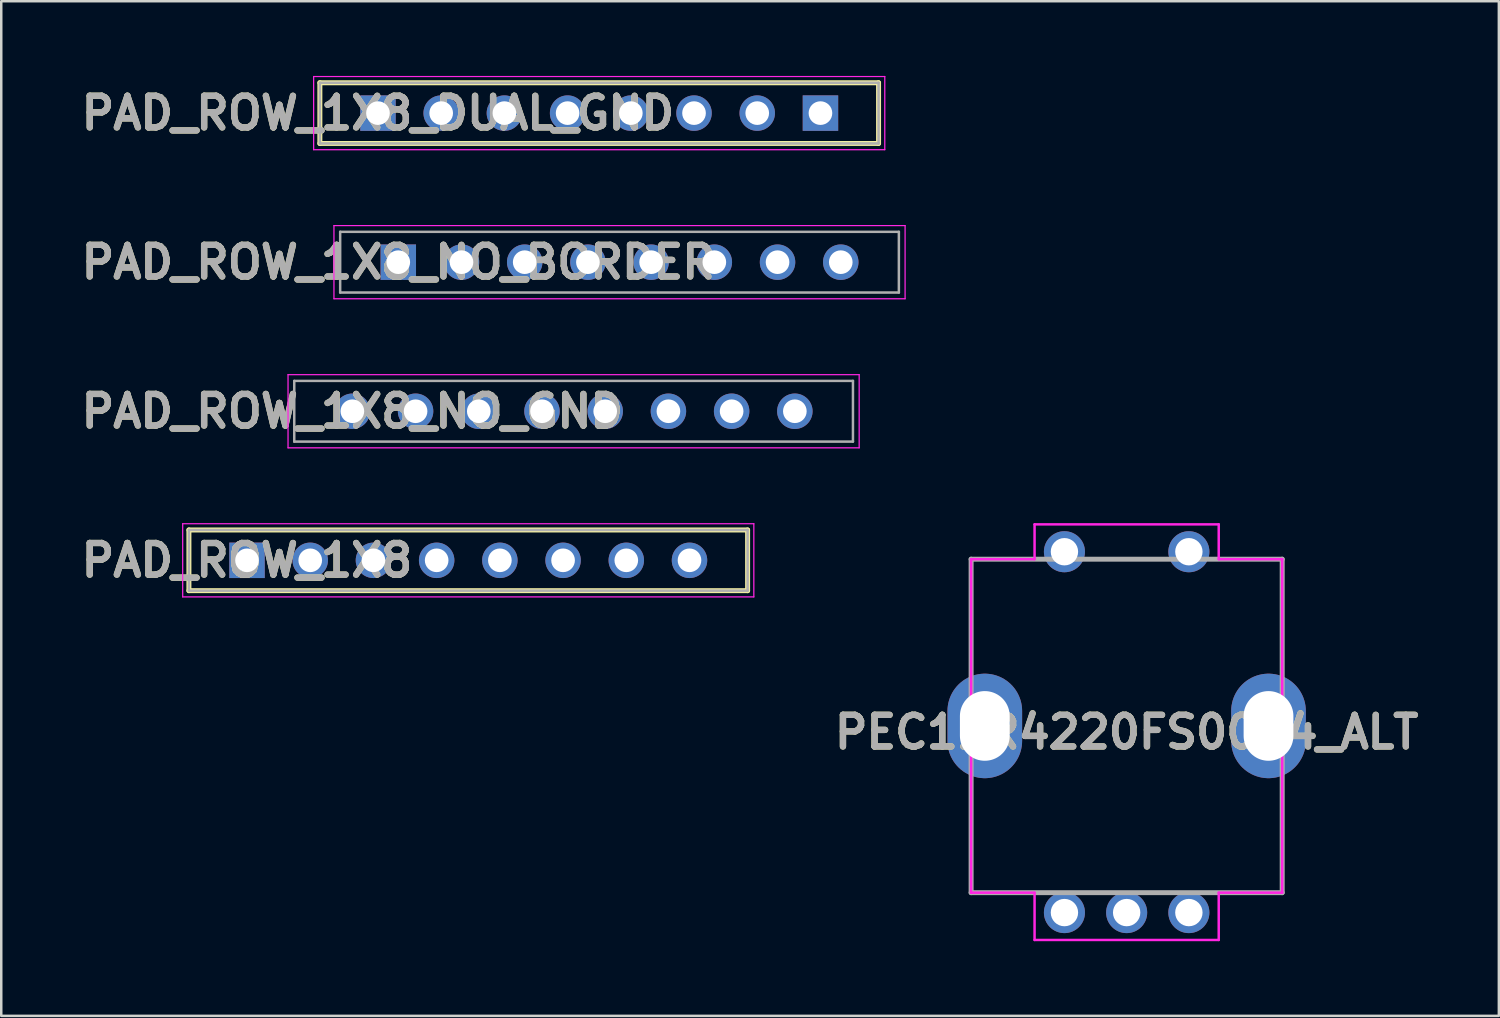
<source format=kicad_pcb>
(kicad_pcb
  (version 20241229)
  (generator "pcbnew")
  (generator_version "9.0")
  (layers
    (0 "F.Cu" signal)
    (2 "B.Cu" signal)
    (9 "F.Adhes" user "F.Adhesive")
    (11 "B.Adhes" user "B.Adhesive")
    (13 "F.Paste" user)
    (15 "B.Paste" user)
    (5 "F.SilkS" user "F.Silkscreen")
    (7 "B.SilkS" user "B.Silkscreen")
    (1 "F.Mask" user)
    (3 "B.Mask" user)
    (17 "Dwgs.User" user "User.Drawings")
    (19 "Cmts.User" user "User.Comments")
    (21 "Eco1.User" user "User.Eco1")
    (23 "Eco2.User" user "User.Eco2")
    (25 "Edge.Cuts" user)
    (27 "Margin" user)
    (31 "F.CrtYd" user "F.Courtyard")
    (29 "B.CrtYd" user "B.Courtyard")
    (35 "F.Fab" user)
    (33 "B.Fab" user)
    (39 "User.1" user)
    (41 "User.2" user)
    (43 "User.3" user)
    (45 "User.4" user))
  (footprint "PEC11R4220FS0024_ALT"
    (layer "F.Cu")
    (at 39.722 19.12)
    (property "Reference" "PEC11R4220FS0024_ALT" (at 2.5 7.25 0) (layer "F.SilkS") (effects (font (size 1.27 1.27) (thickness 0.254))))
    (attr through_hole)
    (fp_line (start -3.75 0.3) (end -1.5 0.3) (stroke (width 0.1) (type solid)) (layer "F.SilkS"))
    (fp_line (start -3.75 4.5) (end -3.75 0.3) (stroke (width 0.1) (type solid)) (layer "F.SilkS"))
    (fp_line (start -3.75 9.6) (end -3.75 13.7) (stroke (width 0.1) (type solid)) (layer "F.SilkS"))
    (fp_line (start -3.75 13.7) (end -1.5 13.7) (stroke (width 0.1) (type solid)) (layer "F.SilkS"))
    (fp_line (start 6.5 0.3) (end 8.75 0.3) (stroke (width 0.1) (type solid)) (layer "F.SilkS"))
    (fp_line (start 6.5 13.7) (end 8.75 13.7) (stroke (width 0.1) (type solid)) (layer "F.SilkS"))
    (fp_line (start 8.75 0.3) (end 8.75 4.4) (stroke (width 0.1) (type solid)) (layer "F.SilkS"))
    (fp_line (start 8.75 13.7) (end 8.75 9.6) (stroke (width 0.1) (type solid)) (layer "F.SilkS"))
    (fp_line (start -3.75 0.3) (end -1.2 0.3) (stroke (width 0.1) (type solid)) (layer "F.CrtYd"))
    (fp_line (start -3.75 13.7) (end -3.75 0.3) (stroke (width 0.1) (type solid)) (layer "F.CrtYd"))
    (fp_line (start -3.75 13.7) (end -1.2 13.7) (stroke (width 0.1) (type solid)) (layer "F.CrtYd"))
    (fp_line (start -1.2 -1.1) (end 6.2 -1.1) (stroke (width 0.1) (type solid)) (layer "F.CrtYd"))
    (fp_line (start -1.2 0.3) (end -1.2 -1.1) (stroke (width 0.1) (type solid)) (layer "F.CrtYd"))
    (fp_line (start -1.2 15.6) (end -1.2 13.7) (stroke (width 0.1) (type solid)) (layer "F.CrtYd"))
    (fp_line (start 6.2 0.3) (end 6.2 -1.1) (stroke (width 0.1) (type solid)) (layer "F.CrtYd"))
    (fp_line (start 6.2 0.3) (end 8.75 0.3) (stroke (width 0.1) (type solid)) (layer "F.CrtYd"))
    (fp_line (start 6.2 13.7) (end 8.75 13.7) (stroke (width 0.1) (type solid)) (layer "F.CrtYd"))
    (fp_line (start 6.2 15.6) (end -1.2 15.6) (stroke (width 0.1) (type solid)) (layer "F.CrtYd"))
    (fp_line (start 6.2 15.6) (end 6.2 13.7) (stroke (width 0.1) (type solid)) (layer "F.CrtYd"))
    (fp_line (start 8.75 0.3) (end 8.75 13.7) (stroke (width 0.1) (type solid)) (layer "F.CrtYd"))
    (fp_line (start -3.75 0.3) (end 8.75 0.3) (stroke (width 0.2) (type solid)) (layer "F.Fab"))
    (fp_line (start -3.75 13.7) (end -3.75 0.3) (stroke (width 0.2) (type solid)) (layer "F.Fab"))
    (fp_line (start 8.75 0.3) (end 8.75 13.7) (stroke (width 0.2) (type solid)) (layer "F.Fab"))
    (fp_line (start 8.75 13.7) (end -3.75 13.7) (stroke (width 0.2) (type solid)) (layer "F.Fab"))
    (fp_text user "${REFERENCE}" (at 2.5 7.25 0) (layer "F.Fab") (effects (font (size 1.27 1.27) (thickness 0.254))))
    (pad "1" thru_hole circle (at 0 0) (size 1.65 1.65) (drill 1.1) (layers "*.Cu" "*.Mask"))
    (pad "2" thru_hole circle (at 5 0) (size 1.65 1.65) (drill 1.1) (layers "*.Cu" "*.Mask"))
    (pad "A1" thru_hole circle (at 0 14.5) (size 1.65 1.65) (drill 1.1) (layers "*.Cu" "*.Mask"))
    (pad "B1" thru_hole circle (at 5 14.5) (size 1.65 1.65) (drill 1.1) (layers "*.Cu" "*.Mask"))
    (pad "C1" thru_hole circle (at 2.5 14.5) (size 1.65 1.65) (drill 1.1) (layers "*.Cu" "*.Mask"))
    (pad "MH1" thru_hole oval (at -3.2 7) (size 3 4.2) (drill oval 2 2.8) (layers "*.Cu" "*.Mask"))
    (pad "MH2" thru_hole oval (at 8.2 7) (size 3 4.2) (drill oval 2 2.8) (layers "*.Cu" "*.Mask")))
  (footprint "PAD_ROW_1X8"
    (layer "F.Cu")
    (at 6.876 19.465)
    (property "Reference" "PAD_ROW_1X8" (at 0 0 0) (layer "F.SilkS") (effects (font (size 1.27 1.27) (thickness 0.254))))
    (attr through_hole)
    (fp_line (start -2.335 -1.22) (end -2.335 1.22) (stroke (width 0.2) (type solid)) (layer "F.SilkS"))
    (fp_line (start -2.335 1.22) (end 20.115 1.22) (stroke (width 0.2) (type solid)) (layer "F.SilkS"))
    (fp_line (start 20.115 -1.22) (end -2.335 -1.22) (stroke (width 0.2) (type solid)) (layer "F.SilkS"))
    (fp_line (start 20.115 1.22) (end 20.115 -1.22) (stroke (width 0.2) (type solid)) (layer "F.SilkS"))
    (fp_line (start -2.585 -1.47) (end 20.365 -1.47) (stroke (width 0.05) (type solid)) (layer "F.CrtYd"))
    (fp_line (start -2.585 1.47) (end -2.585 -1.47) (stroke (width 0.05) (type solid)) (layer "F.CrtYd"))
    (fp_line (start 20.365 -1.47) (end 20.365 1.47) (stroke (width 0.05) (type solid)) (layer "F.CrtYd"))
    (fp_line (start 20.365 1.47) (end -2.585 1.47) (stroke (width 0.05) (type solid)) (layer "F.CrtYd"))
    (fp_line (start -2.335 -1.22) (end 20.115 -1.22) (stroke (width 0.1) (type solid)) (layer "F.Fab"))
    (fp_line (start -2.335 1.22) (end -2.335 -1.22) (stroke (width 0.1) (type solid)) (layer "F.Fab"))
    (fp_line (start 20.115 -1.22) (end 20.115 1.22) (stroke (width 0.1) (type solid)) (layer "F.Fab"))
    (fp_line (start 20.115 1.22) (end -2.335 1.22) (stroke (width 0.1) (type solid)) (layer "F.Fab"))
    (fp_text user "${REFERENCE}" (at 0 0 0) (layer "F.Fab") (effects (font (size 1.27 1.27) (thickness 0.254))))
    (pad "1" thru_hole rect (at 0 0) (size 1.425 1.425) (drill 0.95) (layers "*.Cu" "*.Mask"))
    (pad "2" thru_hole circle (at 2.54 0) (size 1.425 1.425) (drill 0.95) (layers "*.Cu" "*.Mask"))
    (pad "3" thru_hole circle (at 5.08 0) (size 1.425 1.425) (drill 0.95) (layers "*.Cu" "*.Mask"))
    (pad "4" thru_hole circle (at 7.62 0) (size 1.425 1.425) (drill 0.95) (layers "*.Cu" "*.Mask"))
    (pad "5" thru_hole circle (at 10.16 0) (size 1.425 1.425) (drill 0.95) (layers "*.Cu" "*.Mask"))
    (pad "6" thru_hole circle (at 12.7 0) (size 1.425 1.425) (drill 0.95) (layers "*.Cu" "*.Mask"))
    (pad "7" thru_hole circle (at 15.24 0) (size 1.425 1.425) (drill 0.95) (layers "*.Cu" "*.Mask"))
    (pad "8" thru_hole circle (at 17.78 0) (size 1.425 1.425) (drill 0.95) (layers "*.Cu" "*.Mask")))
  (footprint "PAD_ROW_1X8_NO_BORDER"
    (layer "F.Cu")
    (at 12.954 7.485)
    (property "Reference" "PAD_ROW_1X8_NO_BORDER" (at 0 0 0) (layer "F.SilkS") (effects (font (size 1.27 1.27) (thickness 0.254))))
    (attr through_hole)
    (fp_line (start -2.585 -1.47) (end 20.365 -1.47) (stroke (width 0.05) (type solid)) (layer "F.CrtYd"))
    (fp_line (start -2.585 1.47) (end -2.585 -1.47) (stroke (width 0.05) (type solid)) (layer "F.CrtYd"))
    (fp_line (start 20.365 -1.47) (end 20.365 1.47) (stroke (width 0.05) (type solid)) (layer "F.CrtYd"))
    (fp_line (start 20.365 1.47) (end -2.585 1.47) (stroke (width 0.05) (type solid)) (layer "F.CrtYd"))
    (fp_line (start -2.335 -1.22) (end 20.115 -1.22) (stroke (width 0.1) (type solid)) (layer "F.Fab"))
    (fp_line (start -2.335 1.22) (end -2.335 -1.22) (stroke (width 0.1) (type solid)) (layer "F.Fab"))
    (fp_line (start 20.115 -1.22) (end 20.115 1.22) (stroke (width 0.1) (type solid)) (layer "F.Fab"))
    (fp_line (start 20.115 1.22) (end -2.335 1.22) (stroke (width 0.1) (type solid)) (layer "F.Fab"))
    (fp_text user "${REFERENCE}" (at 0 0 0) (layer "F.Fab") (effects (font (size 1.27 1.27) (thickness 0.254))))
    (pad "1" thru_hole rect (at 0 0) (size 1.425 1.425) (drill 0.95) (layers "*.Cu" "*.Mask"))
    (pad "2" thru_hole circle (at 2.54 0) (size 1.425 1.425) (drill 0.95) (layers "*.Cu" "*.Mask"))
    (pad "3" thru_hole circle (at 5.08 0) (size 1.425 1.425) (drill 0.95) (layers "*.Cu" "*.Mask"))
    (pad "4" thru_hole circle (at 7.62 0) (size 1.425 1.425) (drill 0.95) (layers "*.Cu" "*.Mask"))
    (pad "5" thru_hole circle (at 10.16 0) (size 1.425 1.425) (drill 0.95) (layers "*.Cu" "*.Mask"))
    (pad "6" thru_hole circle (at 12.7 0) (size 1.425 1.425) (drill 0.95) (layers "*.Cu" "*.Mask"))
    (pad "7" thru_hole circle (at 15.24 0) (size 1.425 1.425) (drill 0.95) (layers "*.Cu" "*.Mask"))
    (pad "8" thru_hole circle (at 17.78 0) (size 1.425 1.425) (drill 0.95) (layers "*.Cu" "*.Mask")))
  (footprint "PAD_ROW_1X8_DUAL_GND"
    (layer "F.Cu")
    (at 12.138 1.495)
    (property "Reference" "PAD_ROW_1X8_DUAL_GND" (at 0 0 0) (layer "F.SilkS") (effects (font (size 1.27 1.27) (thickness 0.254))))
    (attr through_hole)
    (fp_line (start -2.335 -1.22) (end -2.335 1.22) (stroke (width 0.2) (type solid)) (layer "F.SilkS"))
    (fp_line (start -2.335 1.22) (end 20.115 1.22) (stroke (width 0.2) (type solid)) (layer "F.SilkS"))
    (fp_line (start 20.115 -1.22) (end -2.335 -1.22) (stroke (width 0.2) (type solid)) (layer "F.SilkS"))
    (fp_line (start 20.115 1.22) (end 20.115 -1.22) (stroke (width 0.2) (type solid)) (layer "F.SilkS"))
    (fp_line (start -2.585 -1.47) (end 20.365 -1.47) (stroke (width 0.05) (type solid)) (layer "F.CrtYd"))
    (fp_line (start -2.585 1.47) (end -2.585 -1.47) (stroke (width 0.05) (type solid)) (layer "F.CrtYd"))
    (fp_line (start 20.365 -1.47) (end 20.365 1.47) (stroke (width 0.05) (type solid)) (layer "F.CrtYd"))
    (fp_line (start 20.365 1.47) (end -2.585 1.47) (stroke (width 0.05) (type solid)) (layer "F.CrtYd"))
    (fp_line (start -2.335 -1.22) (end 20.115 -1.22) (stroke (width 0.1) (type solid)) (layer "F.Fab"))
    (fp_line (start -2.335 1.22) (end -2.335 -1.22) (stroke (width 0.1) (type solid)) (layer "F.Fab"))
    (fp_line (start 20.115 -1.22) (end 20.115 1.22) (stroke (width 0.1) (type solid)) (layer "F.Fab"))
    (fp_line (start 20.115 1.22) (end -2.335 1.22) (stroke (width 0.1) (type solid)) (layer "F.Fab"))
    (fp_text user "${REFERENCE}" (at 0 0 0) (layer "F.Fab") (effects (font (size 1.27 1.27) (thickness 0.254))))
    (pad "1" thru_hole rect (at 0 0) (size 1.425 1.425) (drill 0.95) (layers "*.Cu" "*.Mask"))
    (pad "2" thru_hole circle (at 2.54 0) (size 1.425 1.425) (drill 0.95) (layers "*.Cu" "*.Mask"))
    (pad "3" thru_hole circle (at 5.08 0) (size 1.425 1.425) (drill 0.95) (layers "*.Cu" "*.Mask"))
    (pad "4" thru_hole circle (at 7.62 0) (size 1.425 1.425) (drill 0.95) (layers "*.Cu" "*.Mask"))
    (pad "5" thru_hole circle (at 10.16 0) (size 1.425 1.425) (drill 0.95) (layers "*.Cu" "*.Mask"))
    (pad "6" thru_hole circle (at 12.7 0) (size 1.425 1.425) (drill 0.95) (layers "*.Cu" "*.Mask"))
    (pad "7" thru_hole circle (at 15.24 0) (size 1.425 1.425) (drill 0.95) (layers "*.Cu" "*.Mask"))
    (pad "8" thru_hole rect (at 17.78 0) (size 1.425 1.425) (drill 0.95) (layers "*.Cu" "*.Mask")))
  (footprint "PAD_ROW_1X8_NO_GND"
    (layer "F.Cu")
    (at 11.109 13.475)
    (property "Reference" "PAD_ROW_1X8_NO_GND" (at 0 0 0) (layer "F.SilkS") (effects (font (size 1.27 1.27) (thickness 0.254))))
    (attr through_hole)
    (fp_line (start -2.585 -1.47) (end 20.365 -1.47) (stroke (width 0.05) (type solid)) (layer "F.CrtYd"))
    (fp_line (start -2.585 1.47) (end -2.585 -1.47) (stroke (width 0.05) (type solid)) (layer "F.CrtYd"))
    (fp_line (start 20.365 -1.47) (end 20.365 1.47) (stroke (width 0.05) (type solid)) (layer "F.CrtYd"))
    (fp_line (start 20.365 1.47) (end -2.585 1.47) (stroke (width 0.05) (type solid)) (layer "F.CrtYd"))
    (fp_line (start -2.335 -1.22) (end 20.115 -1.22) (stroke (width 0.1) (type solid)) (layer "F.Fab"))
    (fp_line (start -2.335 1.22) (end -2.335 -1.22) (stroke (width 0.1) (type solid)) (layer "F.Fab"))
    (fp_line (start 20.115 -1.22) (end 20.115 1.22) (stroke (width 0.1) (type solid)) (layer "F.Fab"))
    (fp_line (start 20.115 1.22) (end -2.335 1.22) (stroke (width 0.1) (type solid)) (layer "F.Fab"))
    (fp_text user "${REFERENCE}" (at 0 0 0) (layer "F.Fab") (effects (font (size 1.27 1.27) (thickness 0.254))))
    (pad "1" thru_hole circle (at 0 0) (size 1.425 1.425) (drill 0.95) (layers "*.Cu" "*.Mask"))
    (pad "2" thru_hole circle (at 2.54 0) (size 1.425 1.425) (drill 0.95) (layers "*.Cu" "*.Mask"))
    (pad "3" thru_hole circle (at 5.08 0) (size 1.425 1.425) (drill 0.95) (layers "*.Cu" "*.Mask"))
    (pad "4" thru_hole circle (at 7.62 0) (size 1.425 1.425) (drill 0.95) (layers "*.Cu" "*.Mask"))
    (pad "5" thru_hole circle (at 10.16 0) (size 1.425 1.425) (drill 0.95) (layers "*.Cu" "*.Mask"))
    (pad "6" thru_hole circle (at 12.7 0) (size 1.425 1.425) (drill 0.95) (layers "*.Cu" "*.Mask"))
    (pad "7" thru_hole circle (at 15.24 0) (size 1.425 1.425) (drill 0.95) (layers "*.Cu" "*.Mask"))
    (pad "8" thru_hole circle (at 17.78 0) (size 1.425 1.425) (drill 0.95) (layers "*.Cu" "*.Mask")))
  (gr_rect
    (start -3 -3)
    (end 57.178 37.77)
    (stroke (width 0.1) (type default))
    (fill no)
    (layer "Edge.Cuts")))
</source>
